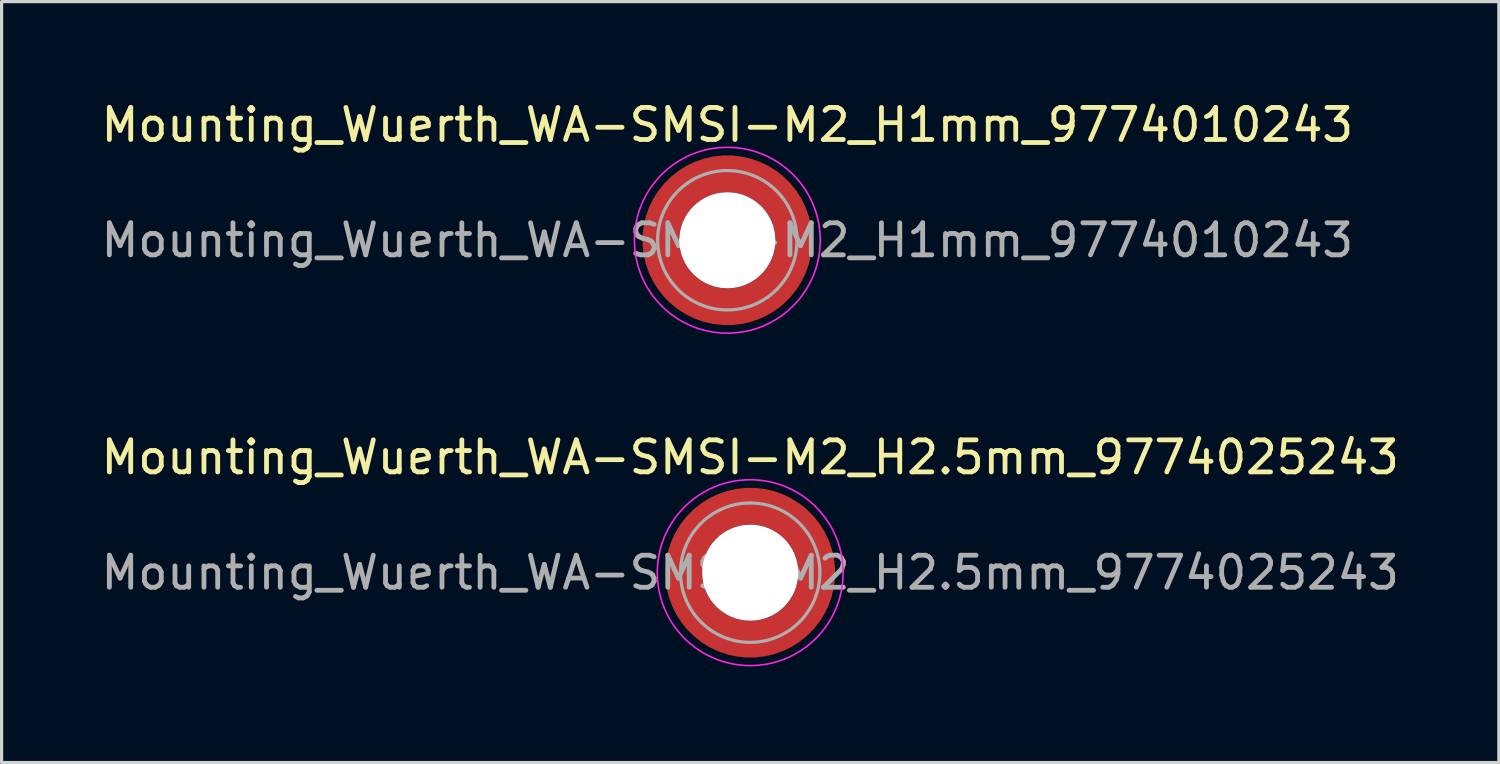
<source format=kicad_pcb>
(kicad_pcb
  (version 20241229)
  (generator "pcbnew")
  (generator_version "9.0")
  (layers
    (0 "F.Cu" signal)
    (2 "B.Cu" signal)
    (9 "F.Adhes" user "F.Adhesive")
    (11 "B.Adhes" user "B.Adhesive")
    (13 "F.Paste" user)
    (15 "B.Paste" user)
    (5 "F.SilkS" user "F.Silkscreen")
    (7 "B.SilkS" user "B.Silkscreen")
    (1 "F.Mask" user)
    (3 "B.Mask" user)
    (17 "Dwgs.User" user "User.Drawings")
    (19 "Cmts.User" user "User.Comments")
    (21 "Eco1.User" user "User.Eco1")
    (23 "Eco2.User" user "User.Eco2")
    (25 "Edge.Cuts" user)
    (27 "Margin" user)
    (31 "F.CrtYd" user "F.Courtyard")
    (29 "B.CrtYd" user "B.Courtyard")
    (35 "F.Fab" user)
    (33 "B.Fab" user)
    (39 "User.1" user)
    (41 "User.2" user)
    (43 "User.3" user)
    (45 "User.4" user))
  (footprint "Mounting_Wuerth_WA-SMSI-M2_H2.5mm_9774025243"
    (layer "F.Cu")
    (at 20.363 14.822)
    (property "Reference" "Mounting_Wuerth_WA-SMSI-M2_H2.5mm_9774025243" (at 0 -3.6 0) (layer "F.SilkS") (effects (font (size 1 1) (thickness 0.15))))
    (attr smd allow_soldermask_bridges)
    (fp_circle (center 0 0) (end 2.9 0) (stroke (width 0.05) (type solid)) (fill no) (layer "F.CrtYd"))
    (fp_circle (center 0 0) (end 2.175 0) (stroke (width 0.1) (type solid)) (fill no) (layer "F.Fab"))
    (fp_text user "${REFERENCE}" (at 0 0 0) (layer "F.Fab") (effects (font (size 1 1) (thickness 0.15))))
    (pad "" smd custom (at -1.453 -1.453) (size 0.505 0.505) (layers "F.Paste") (options (anchor circle)) (primitives (gr_arc (start -0.147677 1.053104) (mid 0.286378 0.286378) (end 1.053104 -0.147677) (width 0.2)) (gr_arc (start -0.240295 1.053104) (mid 0.222739 0.222739) (end 1.053104 -0.240295) (width 0.2)) (gr_arc (start -0.332645 1.053104) (mid 0.159099 0.159099) (end 1.053104 -0.332645) (width 0.2)) (gr_arc (start -0.424767 1.053104) (mid 0.095459 0.095459) (end 1.053104 -0.424767) (width 0.2)) (gr_arc (start -0.516693 1.053104) (mid 0.03182 0.03182) (end 1.053104 -0.516693) (width 0.2)) (gr_arc (start -0.608448 1.053104) (mid -0.03182 -0.03182) (end 1.053104 -0.608448) (width 0.2)) (gr_arc (start -0.700056 1.053104) (mid -0.095459 -0.095459) (end 1.053104 -0.700056) (width 0.2)) (gr_arc (start -0.791534 1.053104) (mid -0.159099 -0.159099) (end 1.053104 -0.791534) (width 0.2)) (gr_arc (start -0.882896 1.053104) (mid -0.222739 -0.222739) (end 1.053104 -0.882896) (width 0.2)) (gr_arc (start -0.974157 1.053104) (mid -0.286378 -0.286378) (end 1.053104 -0.974157) (width 0.2)) (gr_line (start 1.053 -0.148) (end 1.053 -0.974) (width 0.2)) (gr_line (start -0.148 1.053) (end -0.974 1.053) (width 0.2))))
    (pad "" smd custom (at -1.453 1.453) (size 0.505 0.505) (layers "F.Paste") (options (anchor circle)) (primitives (gr_arc (start 1.053104 0.147677) (mid 0.286378 -0.286378) (end -0.147677 -1.053104) (width 0.2)) (gr_arc (start 1.053104 0.240295) (mid 0.222739 -0.222739) (end -0.240295 -1.053104) (width 0.2)) (gr_arc (start 1.053104 0.332645) (mid 0.159099 -0.159099) (end -0.332645 -1.053104) (width 0.2)) (gr_arc (start 1.053104 0.424767) (mid 0.095459 -0.095459) (end -0.424767 -1.053104) (width 0.2)) (gr_arc (start 1.053104 0.516693) (mid 0.03182 -0.03182) (end -0.516693 -1.053104) (width 0.2)) (gr_arc (start 1.053104 0.608448) (mid -0.03182 0.03182) (end -0.608448 -1.053104) (width 0.2)) (gr_arc (start 1.053104 0.700056) (mid -0.095459 0.095459) (end -0.700056 -1.053104) (width 0.2)) (gr_arc (start 1.053104 0.791534) (mid -0.159099 0.159099) (end -0.791534 -1.053104) (width 0.2)) (gr_arc (start 1.053104 0.882896) (mid -0.222739 0.222739) (end -0.882896 -1.053104) (width 0.2)) (gr_arc (start 1.053104 0.974157) (mid -0.286378 0.286378) (end -0.974157 -1.053104) (width 0.2)) (gr_line (start -0.148 -1.053) (end -0.974 -1.053) (width 0.2)) (gr_line (start 1.053 0.148) (end 1.053 0.974) (width 0.2))))
    (pad "" np_thru_hole circle (at 0 0) (size 3 3) (drill 3) (layers "*.Cu" "*.Mask"))
    (pad "" smd custom (at 1.453 -1.453) (size 0.505 0.505) (layers "F.Paste") (options (anchor circle)) (primitives (gr_arc (start -1.053104 -0.147677) (mid -0.286378 0.286378) (end 0.147677 1.053104) (width 0.2)) (gr_arc (start -1.053104 -0.240295) (mid -0.222739 0.222739) (end 0.240295 1.053104) (width 0.2)) (gr_arc (start -1.053104 -0.332645) (mid -0.159099 0.159099) (end 0.332645 1.053104) (width 0.2)) (gr_arc (start -1.053104 -0.424767) (mid -0.095459 0.095459) (end 0.424767 1.053104) (width 0.2)) (gr_arc (start -1.053104 -0.516693) (mid -0.03182 0.03182) (end 0.516693 1.053104) (width 0.2)) (gr_arc (start -1.053104 -0.608448) (mid 0.03182 -0.03182) (end 0.608448 1.053104) (width 0.2)) (gr_arc (start -1.053104 -0.700056) (mid 0.095459 -0.095459) (end 0.700056 1.053104) (width 0.2)) (gr_arc (start -1.053104 -0.791534) (mid 0.159099 -0.159099) (end 0.791534 1.053104) (width 0.2)) (gr_arc (start -1.053104 -0.882896) (mid 0.222739 -0.222739) (end 0.882896 1.053104) (width 0.2)) (gr_arc (start -1.053104 -0.974157) (mid 0.286378 -0.286378) (end 0.974157 1.053104) (width 0.2)) (gr_line (start 0.148 1.053) (end 0.974 1.053) (width 0.2)) (gr_line (start -1.053 -0.148) (end -1.053 -0.974) (width 0.2))))
    (pad "" smd custom (at 1.453 1.453) (size 0.505 0.505) (layers "F.Paste") (options (anchor circle)) (primitives (gr_arc (start 0.147677 -1.053104) (mid -0.286378 -0.286378) (end -1.053104 0.147677) (width 0.2)) (gr_arc (start 0.240295 -1.053104) (mid -0.222739 -0.222739) (end -1.053104 0.240295) (width 0.2)) (gr_arc (start 0.332645 -1.053104) (mid -0.159099 -0.159099) (end -1.053104 0.332645) (width 0.2)) (gr_arc (start 0.424767 -1.053104) (mid -0.095459 -0.095459) (end -1.053104 0.424767) (width 0.2)) (gr_arc (start 0.516693 -1.053104) (mid -0.03182 -0.03182) (end -1.053104 0.516693) (width 0.2)) (gr_arc (start 0.608448 -1.053104) (mid 0.03182 0.03182) (end -1.053104 0.608448) (width 0.2)) (gr_arc (start 0.700056 -1.053104) (mid 0.095459 0.095459) (end -1.053104 0.700056) (width 0.2)) (gr_arc (start 0.791534 -1.053104) (mid 0.159099 0.159099) (end -1.053104 0.791534) (width 0.2)) (gr_arc (start 0.882896 -1.053104) (mid 0.222739 0.222739) (end -1.053104 0.882896) (width 0.2)) (gr_arc (start 0.974157 -1.053104) (mid 0.286378 0.286378) (end -1.053104 0.974157) (width 0.2)) (gr_line (start -1.053 0.148) (end -1.053 0.974) (width 0.2)) (gr_line (start 0.148 -1.053) (end 0.974 -1.053) (width 0.2))))
    (pad "1" smd circle (at -2.075 0) (size 0.642 0.642) (layers "F.Cu"))
    (pad "1" smd circle (at 0 -2.075) (size 0.642 0.642) (layers "F.Cu"))
    (pad "1" smd circle (at 0 2.075) (size 0.642 0.642) (layers "F.Cu"))
    (pad "1" smd custom (at 2.075 0) (size 1.15 1.15) (layers "F.Cu" "F.Mask") (options (anchor circle)) (primitives (gr_circle (center -2.075 0) (end 0 0) (width 1.15) (fill no)))))
  (footprint "Mounting_Wuerth_WA-SMSI-M2_H1mm_9774010243"
    (layer "F.Cu")
    (at 19.649 4.448)
    (property "Reference" "Mounting_Wuerth_WA-SMSI-M2_H1mm_9774010243" (at 0 -3.6 0) (layer "F.SilkS") (effects (font (size 1 1) (thickness 0.15))))
    (attr smd allow_soldermask_bridges)
    (fp_circle (center 0 0) (end 2.9 0) (stroke (width 0.05) (type solid)) (fill no) (layer "F.CrtYd"))
    (fp_circle (center 0 0) (end 2.175 0) (stroke (width 0.1) (type solid)) (fill no) (layer "F.Fab"))
    (fp_text user "${REFERENCE}" (at 0 0 0) (layer "F.Fab") (effects (font (size 1 1) (thickness 0.15))))
    (pad "" smd custom (at -1.453 -1.453) (size 0.505 0.505) (layers "F.Paste") (options (anchor circle)) (primitives (gr_arc (start -0.147677 1.053104) (mid 0.286378 0.286378) (end 1.053104 -0.147677) (width 0.2)) (gr_arc (start -0.240295 1.053104) (mid 0.222739 0.222739) (end 1.053104 -0.240295) (width 0.2)) (gr_arc (start -0.332645 1.053104) (mid 0.159099 0.159099) (end 1.053104 -0.332645) (width 0.2)) (gr_arc (start -0.424767 1.053104) (mid 0.095459 0.095459) (end 1.053104 -0.424767) (width 0.2)) (gr_arc (start -0.516693 1.053104) (mid 0.03182 0.03182) (end 1.053104 -0.516693) (width 0.2)) (gr_arc (start -0.608448 1.053104) (mid -0.03182 -0.03182) (end 1.053104 -0.608448) (width 0.2)) (gr_arc (start -0.700056 1.053104) (mid -0.095459 -0.095459) (end 1.053104 -0.700056) (width 0.2)) (gr_arc (start -0.791534 1.053104) (mid -0.159099 -0.159099) (end 1.053104 -0.791534) (width 0.2)) (gr_arc (start -0.882896 1.053104) (mid -0.222739 -0.222739) (end 1.053104 -0.882896) (width 0.2)) (gr_arc (start -0.974157 1.053104) (mid -0.286378 -0.286378) (end 1.053104 -0.974157) (width 0.2)) (gr_line (start 1.053 -0.148) (end 1.053 -0.974) (width 0.2)) (gr_line (start -0.148 1.053) (end -0.974 1.053) (width 0.2))))
    (pad "" smd custom (at -1.453 1.453) (size 0.505 0.505) (layers "F.Paste") (options (anchor circle)) (primitives (gr_arc (start 1.053104 0.147677) (mid 0.286378 -0.286378) (end -0.147677 -1.053104) (width 0.2)) (gr_arc (start 1.053104 0.240295) (mid 0.222739 -0.222739) (end -0.240295 -1.053104) (width 0.2)) (gr_arc (start 1.053104 0.332645) (mid 0.159099 -0.159099) (end -0.332645 -1.053104) (width 0.2)) (gr_arc (start 1.053104 0.424767) (mid 0.095459 -0.095459) (end -0.424767 -1.053104) (width 0.2)) (gr_arc (start 1.053104 0.516693) (mid 0.03182 -0.03182) (end -0.516693 -1.053104) (width 0.2)) (gr_arc (start 1.053104 0.608448) (mid -0.03182 0.03182) (end -0.608448 -1.053104) (width 0.2)) (gr_arc (start 1.053104 0.700056) (mid -0.095459 0.095459) (end -0.700056 -1.053104) (width 0.2)) (gr_arc (start 1.053104 0.791534) (mid -0.159099 0.159099) (end -0.791534 -1.053104) (width 0.2)) (gr_arc (start 1.053104 0.882896) (mid -0.222739 0.222739) (end -0.882896 -1.053104) (width 0.2)) (gr_arc (start 1.053104 0.974157) (mid -0.286378 0.286378) (end -0.974157 -1.053104) (width 0.2)) (gr_line (start -0.148 -1.053) (end -0.974 -1.053) (width 0.2)) (gr_line (start 1.053 0.148) (end 1.053 0.974) (width 0.2))))
    (pad "" np_thru_hole circle (at 0 0) (size 3 3) (drill 3) (layers "*.Cu" "*.Mask"))
    (pad "" smd custom (at 1.453 -1.453) (size 0.505 0.505) (layers "F.Paste") (options (anchor circle)) (primitives (gr_arc (start -1.053104 -0.147677) (mid -0.286378 0.286378) (end 0.147677 1.053104) (width 0.2)) (gr_arc (start -1.053104 -0.240295) (mid -0.222739 0.222739) (end 0.240295 1.053104) (width 0.2)) (gr_arc (start -1.053104 -0.332645) (mid -0.159099 0.159099) (end 0.332645 1.053104) (width 0.2)) (gr_arc (start -1.053104 -0.424767) (mid -0.095459 0.095459) (end 0.424767 1.053104) (width 0.2)) (gr_arc (start -1.053104 -0.516693) (mid -0.03182 0.03182) (end 0.516693 1.053104) (width 0.2)) (gr_arc (start -1.053104 -0.608448) (mid 0.03182 -0.03182) (end 0.608448 1.053104) (width 0.2)) (gr_arc (start -1.053104 -0.700056) (mid 0.095459 -0.095459) (end 0.700056 1.053104) (width 0.2)) (gr_arc (start -1.053104 -0.791534) (mid 0.159099 -0.159099) (end 0.791534 1.053104) (width 0.2)) (gr_arc (start -1.053104 -0.882896) (mid 0.222739 -0.222739) (end 0.882896 1.053104) (width 0.2)) (gr_arc (start -1.053104 -0.974157) (mid 0.286378 -0.286378) (end 0.974157 1.053104) (width 0.2)) (gr_line (start 0.148 1.053) (end 0.974 1.053) (width 0.2)) (gr_line (start -1.053 -0.148) (end -1.053 -0.974) (width 0.2))))
    (pad "" smd custom (at 1.453 1.453) (size 0.505 0.505) (layers "F.Paste") (options (anchor circle)) (primitives (gr_arc (start 0.147677 -1.053104) (mid -0.286378 -0.286378) (end -1.053104 0.147677) (width 0.2)) (gr_arc (start 0.240295 -1.053104) (mid -0.222739 -0.222739) (end -1.053104 0.240295) (width 0.2)) (gr_arc (start 0.332645 -1.053104) (mid -0.159099 -0.159099) (end -1.053104 0.332645) (width 0.2)) (gr_arc (start 0.424767 -1.053104) (mid -0.095459 -0.095459) (end -1.053104 0.424767) (width 0.2)) (gr_arc (start 0.516693 -1.053104) (mid -0.03182 -0.03182) (end -1.053104 0.516693) (width 0.2)) (gr_arc (start 0.608448 -1.053104) (mid 0.03182 0.03182) (end -1.053104 0.608448) (width 0.2)) (gr_arc (start 0.700056 -1.053104) (mid 0.095459 0.095459) (end -1.053104 0.700056) (width 0.2)) (gr_arc (start 0.791534 -1.053104) (mid 0.159099 0.159099) (end -1.053104 0.791534) (width 0.2)) (gr_arc (start 0.882896 -1.053104) (mid 0.222739 0.222739) (end -1.053104 0.882896) (width 0.2)) (gr_arc (start 0.974157 -1.053104) (mid 0.286378 0.286378) (end -1.053104 0.974157) (width 0.2)) (gr_line (start -1.053 0.148) (end -1.053 0.974) (width 0.2)) (gr_line (start 0.148 -1.053) (end 0.974 -1.053) (width 0.2))))
    (pad "1" smd circle (at -2.075 0) (size 0.642 0.642) (layers "F.Cu"))
    (pad "1" smd circle (at 0 -2.075) (size 0.642 0.642) (layers "F.Cu"))
    (pad "1" smd circle (at 0 2.075) (size 0.642 0.642) (layers "F.Cu"))
    (pad "1" smd custom (at 2.075 0) (size 1.15 1.15) (layers "F.Cu" "F.Mask") (options (anchor circle)) (primitives (gr_circle (center -2.075 0) (end 0 0) (width 1.15) (fill no)))))
  (gr_rect
    (start -3 -3)
    (end 43.726 20.747)
    (stroke (width 0.1) (type default))
    (fill no)
    (layer "Edge.Cuts")))
</source>
